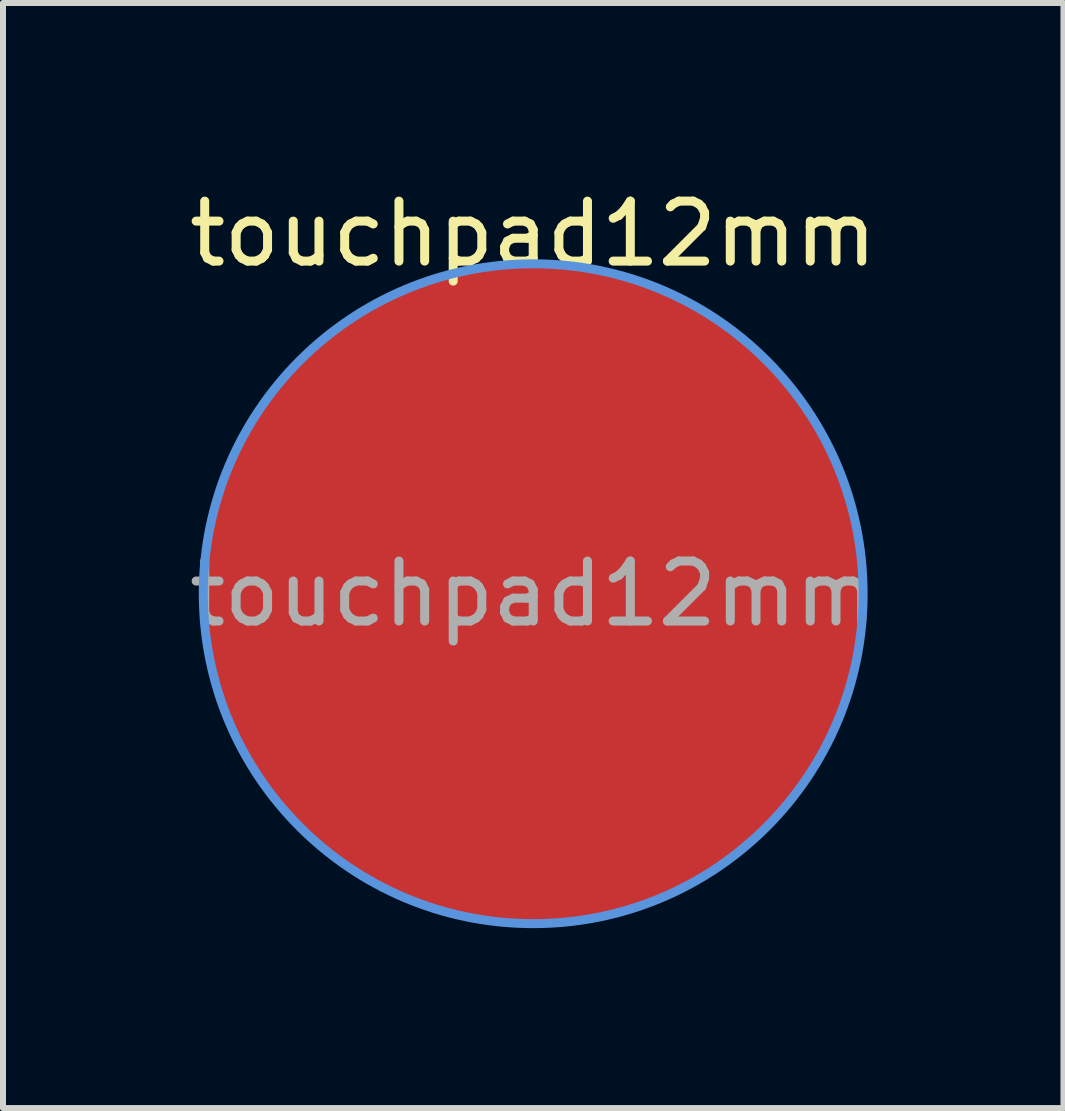
<source format=kicad_pcb>
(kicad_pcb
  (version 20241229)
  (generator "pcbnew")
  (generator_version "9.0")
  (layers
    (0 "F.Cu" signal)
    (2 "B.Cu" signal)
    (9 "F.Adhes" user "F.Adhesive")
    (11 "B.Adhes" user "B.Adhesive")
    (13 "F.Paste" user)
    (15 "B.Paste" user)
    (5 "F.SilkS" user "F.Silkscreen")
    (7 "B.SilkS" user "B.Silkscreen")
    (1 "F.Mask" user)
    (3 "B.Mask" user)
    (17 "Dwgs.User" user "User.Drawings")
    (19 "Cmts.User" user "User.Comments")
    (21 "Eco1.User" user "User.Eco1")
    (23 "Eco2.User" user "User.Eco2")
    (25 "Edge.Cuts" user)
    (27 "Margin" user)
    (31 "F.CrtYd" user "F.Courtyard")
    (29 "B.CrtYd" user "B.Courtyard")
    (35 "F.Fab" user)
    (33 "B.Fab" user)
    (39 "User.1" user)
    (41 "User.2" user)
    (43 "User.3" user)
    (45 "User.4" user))
  (footprint "touchpad12mm"
    (layer "F.Cu")
    (at 5.839 6.848)
    (property "Reference" "touchpad12mm" (at 0 -6 0) (layer "F.SilkS") (effects (font (size 1 1) (thickness 0.15))))
    (attr exclude_from_pos_files)
    (fp_circle (center 0 0) (end 5.5 0) (stroke (width 0.15) (type solid)) (fill no) (layer "Cmts.User"))
    (fp_circle (center 0 0) (end 5.5 0) (stroke (width 0.05) (type solid)) (fill no) (layer "F.CrtYd"))
    (fp_text user "${REFERENCE}" (at 0 0 0) (layer "F.Fab") (effects (font (size 1 1) (thickness 0.15))))
    (pad "1" connect circle (at 0 0) (size 11 11) (layers "F.Cu" "F.Mask")))
  (gr_rect
    (start -3 -3)
    (end 14.679 15.423)
    (stroke (width 0.1) (type default))
    (fill no)
    (layer "Edge.Cuts")))
</source>
